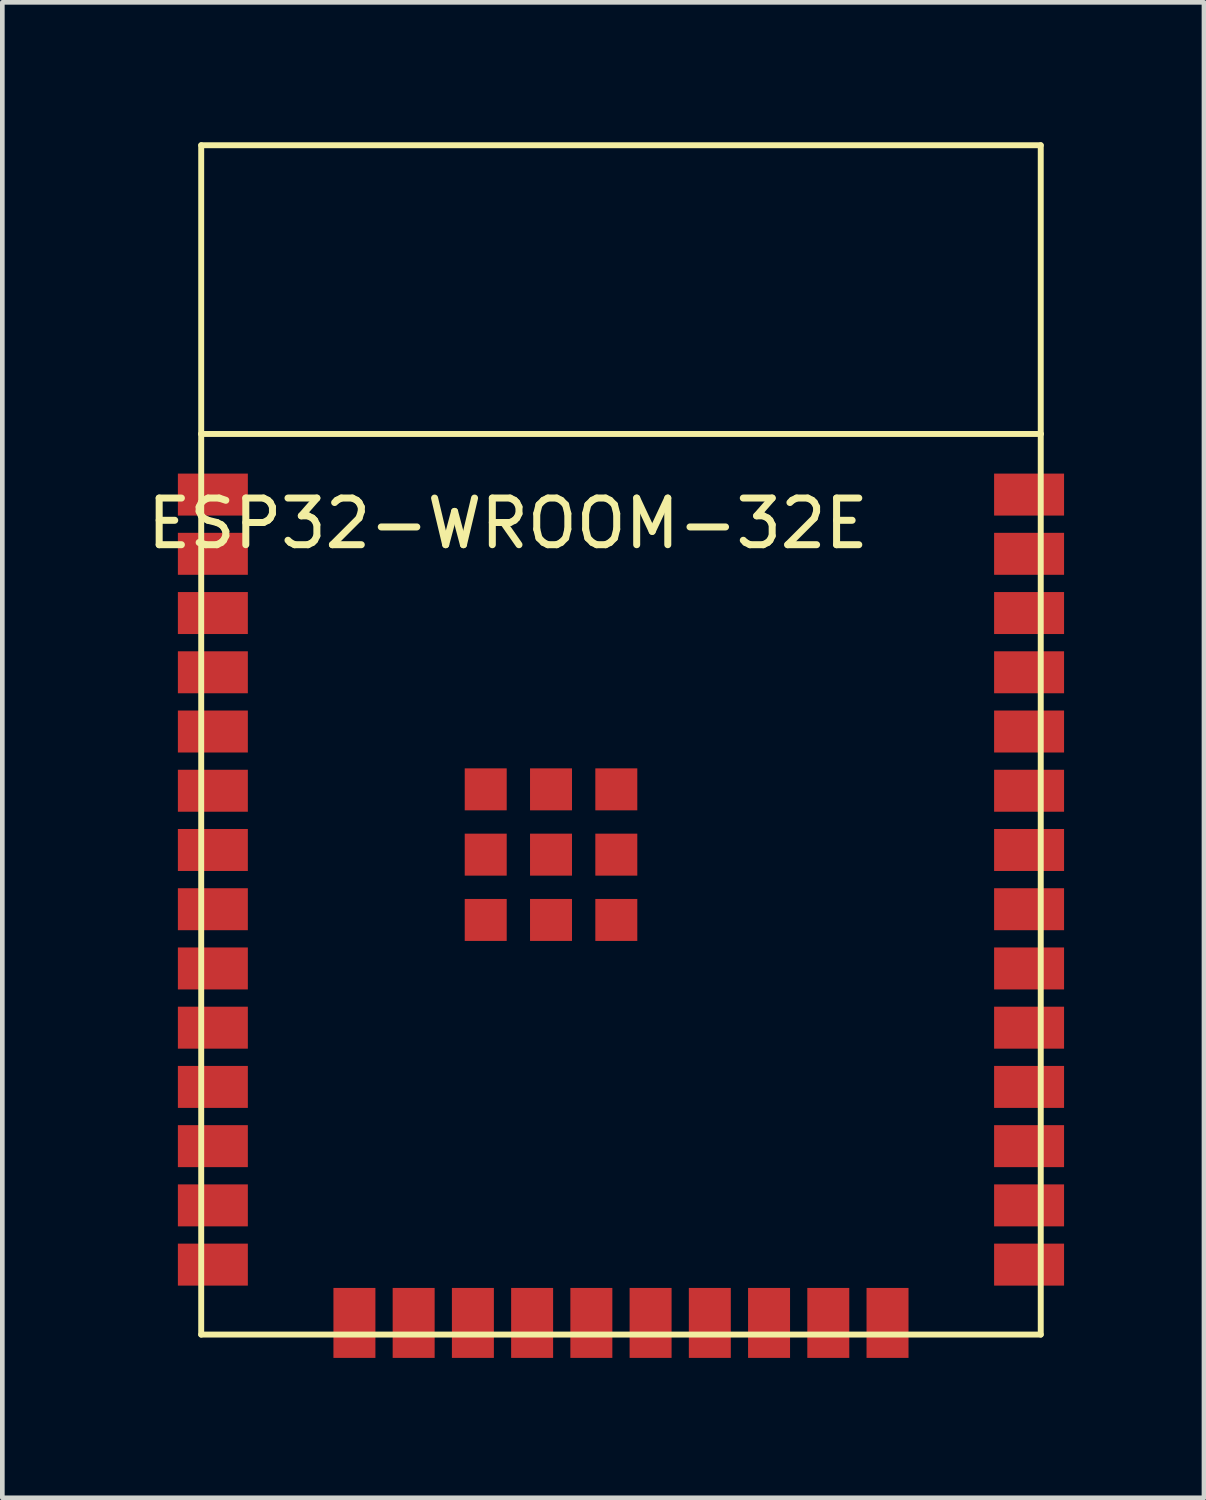
<source format=kicad_pcb>
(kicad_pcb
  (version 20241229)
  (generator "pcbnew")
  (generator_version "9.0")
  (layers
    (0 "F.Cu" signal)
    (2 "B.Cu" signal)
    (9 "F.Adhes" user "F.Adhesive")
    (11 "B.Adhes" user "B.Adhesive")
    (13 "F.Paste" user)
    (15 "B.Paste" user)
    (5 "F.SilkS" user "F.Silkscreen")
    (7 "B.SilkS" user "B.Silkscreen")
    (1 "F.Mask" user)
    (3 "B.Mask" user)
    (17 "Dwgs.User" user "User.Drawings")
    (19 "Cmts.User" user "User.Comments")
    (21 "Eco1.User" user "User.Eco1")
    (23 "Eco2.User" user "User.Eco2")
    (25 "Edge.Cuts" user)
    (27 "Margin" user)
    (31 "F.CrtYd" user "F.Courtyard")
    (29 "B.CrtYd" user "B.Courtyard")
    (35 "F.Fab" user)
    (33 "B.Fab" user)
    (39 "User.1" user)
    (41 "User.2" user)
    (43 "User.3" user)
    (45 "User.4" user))
  (footprint "ESP32-WROOM-32E"
    (layer "F.Cu")
    (at 10.264 15.809)
    (property "Reference" "ESP32-WROOM-32E" (at -2.425 -7.635 0) (layer "F.SilkS") (effects (font (size 1 1) (thickness 0.15))))
    (attr smd)
    (fp_line (start -9 -15.745) (end 9 -15.745) (stroke (width 0.127) (type solid)) (layer "F.SilkS"))
    (fp_line (start -9 -9.555) (end -9 -15.745) (stroke (width 0.127) (type solid)) (layer "F.SilkS"))
    (fp_line (start -9 -9.555) (end -9 9.755) (stroke (width 0.127) (type solid)) (layer "F.SilkS"))
    (fp_line (start -9 9.755) (end 9 9.755) (stroke (width 0.127) (type solid)) (layer "F.SilkS"))
    (fp_line (start 9 -15.745) (end 9 -9.555) (stroke (width 0.127) (type solid)) (layer "F.SilkS"))
    (fp_line (start 9 -9.555) (end -9 -9.555) (stroke (width 0.127) (type solid)) (layer "F.SilkS"))
    (fp_line (start 9 9.755) (end 9 -9.555) (stroke (width 0.127) (type solid)) (layer "F.SilkS"))
    (pad "1" smd rect (at -8.75 -8.255) (size 1.5 0.9) (layers "F.Cu" "F.Mask" "F.Paste"))
    (pad "2" smd rect (at -8.75 -6.985) (size 1.5 0.9) (layers "F.Cu" "F.Mask" "F.Paste"))
    (pad "3" smd rect (at -8.75 -5.715) (size 1.5 0.9) (layers "F.Cu" "F.Mask" "F.Paste"))
    (pad "4" smd rect (at -8.75 -4.445) (size 1.5 0.9) (layers "F.Cu" "F.Mask" "F.Paste"))
    (pad "5" smd rect (at -8.75 -3.175) (size 1.5 0.9) (layers "F.Cu" "F.Mask" "F.Paste"))
    (pad "6" smd rect (at -8.75 -1.905) (size 1.5 0.9) (layers "F.Cu" "F.Mask" "F.Paste"))
    (pad "7" smd rect (at -8.75 -0.635) (size 1.5 0.9) (layers "F.Cu" "F.Mask" "F.Paste"))
    (pad "8" smd rect (at -8.75 0.635) (size 1.5 0.9) (layers "F.Cu" "F.Mask" "F.Paste"))
    (pad "9" smd rect (at -8.75 1.905) (size 1.5 0.9) (layers "F.Cu" "F.Mask" "F.Paste"))
    (pad "10" smd rect (at -8.75 3.175) (size 1.5 0.9) (layers "F.Cu" "F.Mask" "F.Paste"))
    (pad "11" smd rect (at -8.75 4.445) (size 1.5 0.9) (layers "F.Cu" "F.Mask" "F.Paste"))
    (pad "12" smd rect (at -8.75 5.715) (size 1.5 0.9) (layers "F.Cu" "F.Mask" "F.Paste"))
    (pad "13" smd rect (at -8.75 6.985) (size 1.5 0.9) (layers "F.Cu" "F.Mask" "F.Paste"))
    (pad "14" smd rect (at -8.75 8.255) (size 1.5 0.9) (layers "F.Cu" "F.Mask" "F.Paste"))
    (pad "15" smd rect (at -5.715 9.505 90) (size 1.5 0.9) (layers "F.Cu" "F.Mask" "F.Paste"))
    (pad "16" smd rect (at -4.445 9.505 90) (size 1.5 0.9) (layers "F.Cu" "F.Mask" "F.Paste"))
    (pad "17" smd rect (at -3.175 9.505 90) (size 1.5 0.9) (layers "F.Cu" "F.Mask" "F.Paste"))
    (pad "18" smd rect (at -1.905 9.505 90) (size 1.5 0.9) (layers "F.Cu" "F.Mask" "F.Paste"))
    (pad "19" smd rect (at -0.635 9.505 90) (size 1.5 0.9) (layers "F.Cu" "F.Mask" "F.Paste"))
    (pad "20" smd rect (at 0.635 9.505 90) (size 1.5 0.9) (layers "F.Cu" "F.Mask" "F.Paste"))
    (pad "21" smd rect (at 1.905 9.505 90) (size 1.5 0.9) (layers "F.Cu" "F.Mask" "F.Paste"))
    (pad "22" smd rect (at 3.175 9.505 90) (size 1.5 0.9) (layers "F.Cu" "F.Mask" "F.Paste"))
    (pad "23" smd rect (at 4.445 9.505 90) (size 1.5 0.9) (layers "F.Cu" "F.Mask" "F.Paste"))
    (pad "24" smd rect (at 5.715 9.505 90) (size 1.5 0.9) (layers "F.Cu" "F.Mask" "F.Paste"))
    (pad "25" smd rect (at 8.75 8.255 180) (size 1.5 0.9) (layers "F.Cu" "F.Mask" "F.Paste"))
    (pad "26" smd rect (at 8.75 6.985 180) (size 1.5 0.9) (layers "F.Cu" "F.Mask" "F.Paste"))
    (pad "27" smd rect (at 8.75 5.715 180) (size 1.5 0.9) (layers "F.Cu" "F.Mask" "F.Paste"))
    (pad "28" smd rect (at 8.75 4.445 180) (size 1.5 0.9) (layers "F.Cu" "F.Mask" "F.Paste"))
    (pad "29" smd rect (at 8.75 3.175 180) (size 1.5 0.9) (layers "F.Cu" "F.Mask" "F.Paste"))
    (pad "30" smd rect (at 8.75 1.905 180) (size 1.5 0.9) (layers "F.Cu" "F.Mask" "F.Paste"))
    (pad "31" smd rect (at 8.75 0.635 180) (size 1.5 0.9) (layers "F.Cu" "F.Mask" "F.Paste"))
    (pad "32" smd rect (at 8.75 -0.635 180) (size 1.5 0.9) (layers "F.Cu" "F.Mask" "F.Paste"))
    (pad "33" smd rect (at 8.75 -1.905 180) (size 1.5 0.9) (layers "F.Cu" "F.Mask" "F.Paste"))
    (pad "34" smd rect (at 8.75 -3.175 180) (size 1.5 0.9) (layers "F.Cu" "F.Mask" "F.Paste"))
    (pad "35" smd rect (at 8.75 -4.445 180) (size 1.5 0.9) (layers "F.Cu" "F.Mask" "F.Paste"))
    (pad "36" smd rect (at 8.75 -5.715 180) (size 1.5 0.9) (layers "F.Cu" "F.Mask" "F.Paste"))
    (pad "37" smd rect (at 8.75 -6.985 180) (size 1.5 0.9) (layers "F.Cu" "F.Mask" "F.Paste"))
    (pad "38" smd rect (at 8.75 -8.255 180) (size 1.5 0.9) (layers "F.Cu" "F.Mask" "F.Paste"))
    (pad "GND@39" smd rect (at -2.9 -1.935) (size 0.9 0.9) (layers "F.Cu" "F.Mask" "F.Paste"))
    (pad "GND@40" smd rect (at -1.5 -1.935) (size 0.9 0.9) (layers "F.Cu" "F.Mask" "F.Paste"))
    (pad "GND@41" smd rect (at -0.1 -1.935) (size 0.9 0.9) (layers "F.Cu" "F.Mask" "F.Paste"))
    (pad "GND@42" smd rect (at -2.9 -0.535) (size 0.9 0.9) (layers "F.Cu" "F.Mask" "F.Paste"))
    (pad "GND@43" smd rect (at -1.5 -0.535) (size 0.9 0.9) (layers "F.Cu" "F.Mask" "F.Paste"))
    (pad "GND@44" smd rect (at -0.1 -0.535) (size 0.9 0.9) (layers "F.Cu" "F.Mask" "F.Paste"))
    (pad "GND@45" smd rect (at -2.9 0.865) (size 0.9 0.9) (layers "F.Cu" "F.Mask" "F.Paste"))
    (pad "GND@46" smd rect (at -1.5 0.865) (size 0.9 0.9) (layers "F.Cu" "F.Mask" "F.Paste"))
    (pad "GND@47" smd rect (at -0.1 0.865) (size 0.9 0.9) (layers "F.Cu" "F.Mask" "F.Paste"))
    (zone (net_name "") (layer "F.Cu") (hatch full 0.508) (connect_pads) (min_thickness 0.01) (filled_areas_thickness no) (keepout (tracks not_allowed) (vias not_allowed) (pads not_allowed) (copperpour not_allowed) (footprints allowed)) (placement (enabled no)) (fill) (polygon (pts (xy 1.264 0.064) (xy 19.264 0.064) (xy 19.264 6.253) (xy 1.264 6.253)))))
  (gr_rect
    (start -3 -3)
    (end 22.764 29.064)
    (stroke (width 0.1) (type default))
    (fill no)
    (layer "Edge.Cuts")))
</source>
